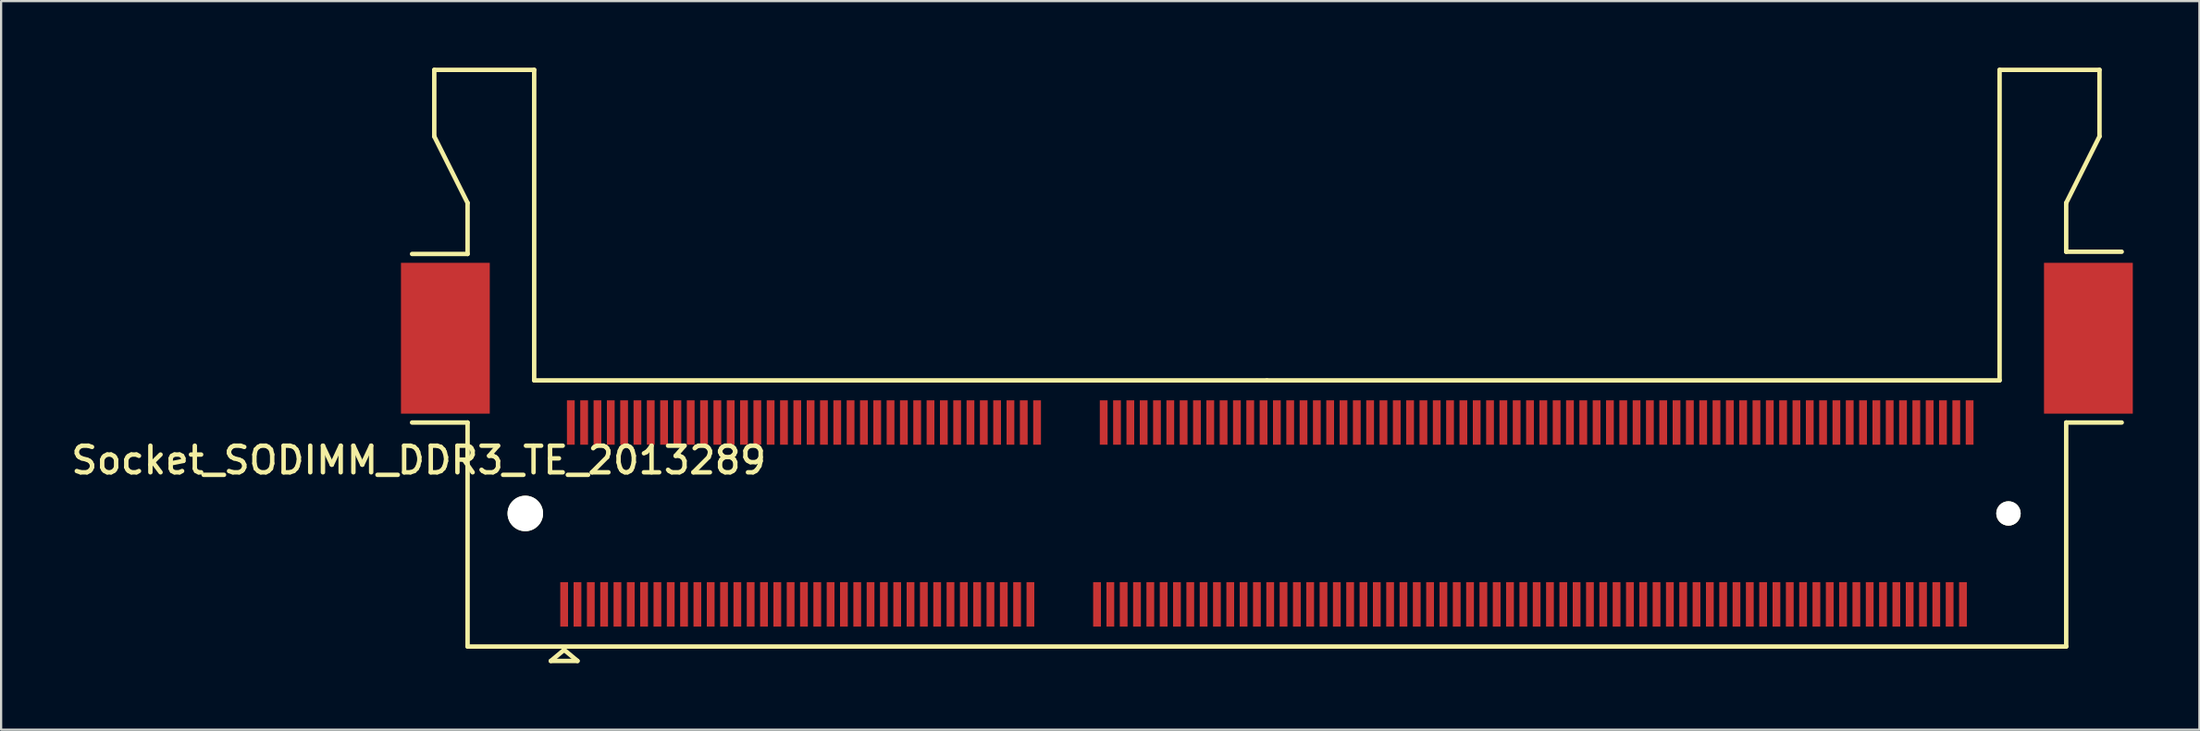
<source format=kicad_pcb>
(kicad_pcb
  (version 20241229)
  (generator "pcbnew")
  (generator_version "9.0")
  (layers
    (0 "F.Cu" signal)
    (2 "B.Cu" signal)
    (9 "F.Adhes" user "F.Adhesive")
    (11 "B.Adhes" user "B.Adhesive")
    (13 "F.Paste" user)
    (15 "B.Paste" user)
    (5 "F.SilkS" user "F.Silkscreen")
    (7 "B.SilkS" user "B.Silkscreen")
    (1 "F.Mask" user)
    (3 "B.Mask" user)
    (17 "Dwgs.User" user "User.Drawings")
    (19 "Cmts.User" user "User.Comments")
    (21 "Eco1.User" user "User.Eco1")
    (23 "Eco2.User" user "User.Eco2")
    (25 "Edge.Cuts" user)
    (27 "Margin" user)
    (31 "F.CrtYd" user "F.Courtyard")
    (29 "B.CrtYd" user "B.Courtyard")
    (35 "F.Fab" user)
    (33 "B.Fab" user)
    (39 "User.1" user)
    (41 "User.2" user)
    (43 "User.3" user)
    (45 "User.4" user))
  (footprint "Socket_SODIMM_DDR3_TE_2013289"
    (layer "F.Cu")
    (at 54.009 20.1)
    (property "Reference" "Socket_SODIMM_DDR3_TE_2013289" (at -38.2 -2.4 0) (layer "F.SilkS") (effects (font (size 1.2 1.2) (thickness 0.2))))
    (attr smd)
    (fp_line (start -37.5 -20) (end -37.5 -17) (stroke (width 0.2) (type solid)) (layer "F.SilkS"))
    (fp_line (start -37.5 -17) (end -36 -14) (stroke (width 0.2) (type solid)) (layer "F.SilkS"))
    (fp_line (start -36 -14) (end -36 -11.7) (stroke (width 0.2) (type solid)) (layer "F.SilkS"))
    (fp_line (start -36 -11.7) (end -38.5 -11.7) (stroke (width 0.2) (type solid)) (layer "F.SilkS"))
    (fp_line (start -36 -4.1) (end -38.5 -4.1) (stroke (width 0.2) (type solid)) (layer "F.SilkS"))
    (fp_line (start -36 -4.1) (end -36 6) (stroke (width 0.2) (type solid)) (layer "F.SilkS"))
    (fp_line (start -36 6) (end 36 6) (stroke (width 0.2) (type solid)) (layer "F.SilkS"))
    (fp_line (start -33 -20) (end -37.5 -20) (stroke (width 0.2) (type solid)) (layer "F.SilkS"))
    (fp_line (start -33 -6) (end -33 -20) (stroke (width 0.2) (type solid)) (layer "F.SilkS"))
    (fp_line (start -32.25 6.65) (end -31.65 6.15) (stroke (width 0.2) (type solid)) (layer "F.SilkS"))
    (fp_line (start -31.65 6.15) (end -31.05 6.65) (stroke (width 0.2) (type solid)) (layer "F.SilkS"))
    (fp_line (start -31.05 6.65) (end -32.25 6.65) (stroke (width 0.2) (type solid)) (layer "F.SilkS"))
    (fp_line (start 0 -6) (end -33 -6) (stroke (width 0.2) (type solid)) (layer "F.SilkS"))
    (fp_line (start 33 -20) (end 33 -6) (stroke (width 0.2) (type solid)) (layer "F.SilkS"))
    (fp_line (start 33 -6) (end 0 -6) (stroke (width 0.2) (type solid)) (layer "F.SilkS"))
    (fp_line (start 36 -14) (end 36 -11.8) (stroke (width 0.2) (type solid)) (layer "F.SilkS"))
    (fp_line (start 36 -14) (end 37.5 -17) (stroke (width 0.2) (type solid)) (layer "F.SilkS"))
    (fp_line (start 36 -11.8) (end 38.5 -11.8) (stroke (width 0.2) (type solid)) (layer "F.SilkS"))
    (fp_line (start 36 -4.1) (end 38.5 -4.1) (stroke (width 0.2) (type solid)) (layer "F.SilkS"))
    (fp_line (start 36 6) (end 36 -4.1) (stroke (width 0.2) (type solid)) (layer "F.SilkS"))
    (fp_line (start 37.5 -20) (end 33 -20) (stroke (width 0.2) (type solid)) (layer "F.SilkS"))
    (fp_line (start 37.5 -17) (end 37.5 -20) (stroke (width 0.2) (type solid)) (layer "F.SilkS"))
    (pad "" smd rect (at -37 -7.9) (size 4 6.8) (layers "F.Cu" "F.Mask" "F.Paste"))
    (pad "" np_thru_hole circle (at -33.4 0) (size 1.6 1.6) (drill 1.6) (layers "*.Cu" "*.Mask" "F.SilkS"))
    (pad "" np_thru_hole circle (at 33.4 0) (size 1.1 1.1) (drill 1.1) (layers "*.Cu" "*.Mask" "F.SilkS"))
    (pad "" smd rect (at 37 -7.9) (size 4 6.8) (layers "F.Cu" "F.Mask" "F.Paste"))
    (pad "1" smd rect (at -31.65 4.1) (size 0.35 2) (layers "F.Cu" "F.Mask" "F.Paste"))
    (pad "2" smd rect (at -31.35 -4.1) (size 0.35 2) (layers "F.Cu" "F.Mask" "F.Paste"))
    (pad "3" smd rect (at -31.05 4.1) (size 0.35 2) (layers "F.Cu" "F.Mask" "F.Paste"))
    (pad "4" smd rect (at -30.75 -4.1) (size 0.35 2) (layers "F.Cu" "F.Mask" "F.Paste"))
    (pad "5" smd rect (at -30.45 4.1) (size 0.35 2) (layers "F.Cu" "F.Mask" "F.Paste"))
    (pad "6" smd rect (at -30.15 -4.1) (size 0.35 2) (layers "F.Cu" "F.Mask" "F.Paste"))
    (pad "7" smd rect (at -29.85 4.1) (size 0.35 2) (layers "F.Cu" "F.Mask" "F.Paste"))
    (pad "8" smd rect (at -29.55 -4.1) (size 0.35 2) (layers "F.Cu" "F.Mask" "F.Paste"))
    (pad "9" smd rect (at -29.25 4.1) (size 0.35 2) (layers "F.Cu" "F.Mask" "F.Paste"))
    (pad "10" smd rect (at -28.95 -4.1) (size 0.35 2) (layers "F.Cu" "F.Mask" "F.Paste"))
    (pad "11" smd rect (at -28.65 4.1) (size 0.35 2) (layers "F.Cu" "F.Mask" "F.Paste"))
    (pad "12" smd rect (at -28.35 -4.1) (size 0.35 2) (layers "F.Cu" "F.Mask" "F.Paste"))
    (pad "13" smd rect (at -28.05 4.1) (size 0.35 2) (layers "F.Cu" "F.Mask" "F.Paste"))
    (pad "14" smd rect (at -27.75 -4.1) (size 0.35 2) (layers "F.Cu" "F.Mask" "F.Paste"))
    (pad "15" smd rect (at -27.45 4.1) (size 0.35 2) (layers "F.Cu" "F.Mask" "F.Paste"))
    (pad "16" smd rect (at -27.15 -4.1) (size 0.35 2) (layers "F.Cu" "F.Mask" "F.Paste"))
    (pad "17" smd rect (at -26.85 4.1) (size 0.35 2) (layers "F.Cu" "F.Mask" "F.Paste"))
    (pad "18" smd rect (at -26.55 -4.1) (size 0.35 2) (layers "F.Cu" "F.Mask" "F.Paste"))
    (pad "19" smd rect (at -26.25 4.1) (size 0.35 2) (layers "F.Cu" "F.Mask" "F.Paste"))
    (pad "20" smd rect (at -25.95 -4.1) (size 0.35 2) (layers "F.Cu" "F.Mask" "F.Paste"))
    (pad "21" smd rect (at -25.65 4.1) (size 0.35 2) (layers "F.Cu" "F.Mask" "F.Paste"))
    (pad "22" smd rect (at -25.35 -4.1) (size 0.35 2) (layers "F.Cu" "F.Mask" "F.Paste"))
    (pad "23" smd rect (at -25.05 4.1) (size 0.35 2) (layers "F.Cu" "F.Mask" "F.Paste"))
    (pad "24" smd rect (at -24.75 -4.1) (size 0.35 2) (layers "F.Cu" "F.Mask" "F.Paste"))
    (pad "25" smd rect (at -24.45 4.1) (size 0.35 2) (layers "F.Cu" "F.Mask" "F.Paste"))
    (pad "26" smd rect (at -24.15 -4.1) (size 0.35 2) (layers "F.Cu" "F.Mask" "F.Paste"))
    (pad "27" smd rect (at -23.85 4.1) (size 0.35 2) (layers "F.Cu" "F.Mask" "F.Paste"))
    (pad "28" smd rect (at -23.55 -4.1) (size 0.35 2) (layers "F.Cu" "F.Mask" "F.Paste"))
    (pad "29" smd rect (at -23.25 4.1) (size 0.35 2) (layers "F.Cu" "F.Mask" "F.Paste"))
    (pad "30" smd rect (at -22.95 -4.1) (size 0.35 2) (layers "F.Cu" "F.Mask" "F.Paste"))
    (pad "31" smd rect (at -22.65 4.1) (size 0.35 2) (layers "F.Cu" "F.Mask" "F.Paste"))
    (pad "32" smd rect (at -22.35 -4.1) (size 0.35 2) (layers "F.Cu" "F.Mask" "F.Paste"))
    (pad "33" smd rect (at -22.05 4.1) (size 0.35 2) (layers "F.Cu" "F.Mask" "F.Paste"))
    (pad "34" smd rect (at -21.75 -4.1) (size 0.35 2) (layers "F.Cu" "F.Mask" "F.Paste"))
    (pad "35" smd rect (at -21.45 4.1) (size 0.35 2) (layers "F.Cu" "F.Mask" "F.Paste"))
    (pad "36" smd rect (at -21.15 -4.1) (size 0.35 2) (layers "F.Cu" "F.Mask" "F.Paste"))
    (pad "37" smd rect (at -20.85 4.1) (size 0.35 2) (layers "F.Cu" "F.Mask" "F.Paste"))
    (pad "38" smd rect (at -20.55 -4.1) (size 0.35 2) (layers "F.Cu" "F.Mask" "F.Paste"))
    (pad "39" smd rect (at -20.25 4.1) (size 0.35 2) (layers "F.Cu" "F.Mask" "F.Paste"))
    (pad "40" smd rect (at -19.95 -4.1) (size 0.35 2) (layers "F.Cu" "F.Mask" "F.Paste"))
    (pad "41" smd rect (at -19.65 4.1) (size 0.35 2) (layers "F.Cu" "F.Mask" "F.Paste"))
    (pad "42" smd rect (at -19.35 -4.1) (size 0.35 2) (layers "F.Cu" "F.Mask" "F.Paste"))
    (pad "43" smd rect (at -19.05 4.1) (size 0.35 2) (layers "F.Cu" "F.Mask" "F.Paste"))
    (pad "44" smd rect (at -18.75 -4.1) (size 0.35 2) (layers "F.Cu" "F.Mask" "F.Paste"))
    (pad "45" smd rect (at -18.45 4.1) (size 0.35 2) (layers "F.Cu" "F.Mask" "F.Paste"))
    (pad "46" smd rect (at -18.15 -4.1) (size 0.35 2) (layers "F.Cu" "F.Mask" "F.Paste"))
    (pad "47" smd rect (at -17.85 4.1) (size 0.35 2) (layers "F.Cu" "F.Mask" "F.Paste"))
    (pad "48" smd rect (at -17.55 -4.1) (size 0.35 2) (layers "F.Cu" "F.Mask" "F.Paste"))
    (pad "49" smd rect (at -17.25 4.1) (size 0.35 2) (layers "F.Cu" "F.Mask" "F.Paste"))
    (pad "50" smd rect (at -16.95 -4.1) (size 0.35 2) (layers "F.Cu" "F.Mask" "F.Paste"))
    (pad "51" smd rect (at -16.65 4.1) (size 0.35 2) (layers "F.Cu" "F.Mask" "F.Paste"))
    (pad "52" smd rect (at -16.35 -4.1) (size 0.35 2) (layers "F.Cu" "F.Mask" "F.Paste"))
    (pad "53" smd rect (at -16.05 4.1) (size 0.35 2) (layers "F.Cu" "F.Mask" "F.Paste"))
    (pad "54" smd rect (at -15.75 -4.1) (size 0.35 2) (layers "F.Cu" "F.Mask" "F.Paste"))
    (pad "55" smd rect (at -15.45 4.1) (size 0.35 2) (layers "F.Cu" "F.Mask" "F.Paste"))
    (pad "56" smd rect (at -15.15 -4.1) (size 0.35 2) (layers "F.Cu" "F.Mask" "F.Paste"))
    (pad "57" smd rect (at -14.85 4.1) (size 0.35 2) (layers "F.Cu" "F.Mask" "F.Paste"))
    (pad "58" smd rect (at -14.55 -4.1) (size 0.35 2) (layers "F.Cu" "F.Mask" "F.Paste"))
    (pad "59" smd rect (at -14.25 4.1) (size 0.35 2) (layers "F.Cu" "F.Mask" "F.Paste"))
    (pad "60" smd rect (at -13.95 -4.1) (size 0.35 2) (layers "F.Cu" "F.Mask" "F.Paste"))
    (pad "61" smd rect (at -13.65 4.1) (size 0.35 2) (layers "F.Cu" "F.Mask" "F.Paste"))
    (pad "62" smd rect (at -13.35 -4.1) (size 0.35 2) (layers "F.Cu" "F.Mask" "F.Paste"))
    (pad "63" smd rect (at -13.05 4.1) (size 0.35 2) (layers "F.Cu" "F.Mask" "F.Paste"))
    (pad "64" smd rect (at -12.75 -4.1) (size 0.35 2) (layers "F.Cu" "F.Mask" "F.Paste"))
    (pad "65" smd rect (at -12.45 4.1) (size 0.35 2) (layers "F.Cu" "F.Mask" "F.Paste"))
    (pad "66" smd rect (at -12.15 -4.1) (size 0.35 2) (layers "F.Cu" "F.Mask" "F.Paste"))
    (pad "67" smd rect (at -11.85 4.1) (size 0.35 2) (layers "F.Cu" "F.Mask" "F.Paste"))
    (pad "68" smd rect (at -11.55 -4.1) (size 0.35 2) (layers "F.Cu" "F.Mask" "F.Paste"))
    (pad "69" smd rect (at -11.25 4.1) (size 0.35 2) (layers "F.Cu" "F.Mask" "F.Paste"))
    (pad "70" smd rect (at -10.95 -4.1) (size 0.35 2) (layers "F.Cu" "F.Mask" "F.Paste"))
    (pad "71" smd rect (at -10.65 4.1) (size 0.35 2) (layers "F.Cu" "F.Mask" "F.Paste"))
    (pad "72" smd rect (at -10.35 -4.1) (size 0.35 2) (layers "F.Cu" "F.Mask" "F.Paste"))
    (pad "73" smd rect (at -7.65 4.1) (size 0.35 2) (layers "F.Cu" "F.Mask" "F.Paste"))
    (pad "74" smd rect (at -7.35 -4.1) (size 0.35 2) (layers "F.Cu" "F.Mask" "F.Paste"))
    (pad "75" smd rect (at -7.05 4.1) (size 0.35 2) (layers "F.Cu" "F.Mask" "F.Paste"))
    (pad "76" smd rect (at -6.75 -4.1) (size 0.35 2) (layers "F.Cu" "F.Mask" "F.Paste"))
    (pad "77" smd rect (at -6.45 4.1) (size 0.35 2) (layers "F.Cu" "F.Mask" "F.Paste"))
    (pad "78" smd rect (at -6.15 -4.1) (size 0.35 2) (layers "F.Cu" "F.Mask" "F.Paste"))
    (pad "79" smd rect (at -5.85 4.1) (size 0.35 2) (layers "F.Cu" "F.Mask" "F.Paste"))
    (pad "80" smd rect (at -5.55 -4.1) (size 0.35 2) (layers "F.Cu" "F.Mask" "F.Paste"))
    (pad "81" smd rect (at -5.25 4.1) (size 0.35 2) (layers "F.Cu" "F.Mask" "F.Paste"))
    (pad "82" smd rect (at -4.95 -4.1) (size 0.35 2) (layers "F.Cu" "F.Mask" "F.Paste"))
    (pad "83" smd rect (at -4.65 4.1) (size 0.35 2) (layers "F.Cu" "F.Mask" "F.Paste"))
    (pad "84" smd rect (at -4.35 -4.1) (size 0.35 2) (layers "F.Cu" "F.Mask" "F.Paste"))
    (pad "85" smd rect (at -4.05 4.1) (size 0.35 2) (layers "F.Cu" "F.Mask" "F.Paste"))
    (pad "86" smd rect (at -3.75 -4.1) (size 0.35 2) (layers "F.Cu" "F.Mask" "F.Paste"))
    (pad "87" smd rect (at -3.45 4.1) (size 0.35 2) (layers "F.Cu" "F.Mask" "F.Paste"))
    (pad "88" smd rect (at -3.15 -4.1) (size 0.35 2) (layers "F.Cu" "F.Mask" "F.Paste"))
    (pad "89" smd rect (at -2.85 4.1) (size 0.35 2) (layers "F.Cu" "F.Mask" "F.Paste"))
    (pad "90" smd rect (at -2.55 -4.1) (size 0.35 2) (layers "F.Cu" "F.Mask" "F.Paste"))
    (pad "91" smd rect (at -2.25 4.1) (size 0.35 2) (layers "F.Cu" "F.Mask" "F.Paste"))
    (pad "92" smd rect (at -1.95 -4.1) (size 0.35 2) (layers "F.Cu" "F.Mask" "F.Paste"))
    (pad "93" smd rect (at -1.65 4.1) (size 0.35 2) (layers "F.Cu" "F.Mask" "F.Paste"))
    (pad "94" smd rect (at -1.35 -4.1) (size 0.35 2) (layers "F.Cu" "F.Mask" "F.Paste"))
    (pad "95" smd rect (at -1.05 4.1) (size 0.35 2) (layers "F.Cu" "F.Mask" "F.Paste"))
    (pad "96" smd rect (at -0.75 -4.1) (size 0.35 2) (layers "F.Cu" "F.Mask" "F.Paste"))
    (pad "97" smd rect (at -0.45 4.1) (size 0.35 2) (layers "F.Cu" "F.Mask" "F.Paste"))
    (pad "98" smd rect (at -0.15 -4.1) (size 0.35 2) (layers "F.Cu" "F.Mask" "F.Paste"))
    (pad "99" smd rect (at 0.15 4.1) (size 0.35 2) (layers "F.Cu" "F.Mask" "F.Paste"))
    (pad "100" smd rect (at 0.45 -4.1) (size 0.35 2) (layers "F.Cu" "F.Mask" "F.Paste"))
    (pad "101" smd rect (at 0.75 4.1) (size 0.35 2) (layers "F.Cu" "F.Mask" "F.Paste"))
    (pad "102" smd rect (at 1.05 -4.1) (size 0.35 2) (layers "F.Cu" "F.Mask" "F.Paste"))
    (pad "103" smd rect (at 1.35 4.1) (size 0.35 2) (layers "F.Cu" "F.Mask" "F.Paste"))
    (pad "104" smd rect (at 1.65 -4.1) (size 0.35 2) (layers "F.Cu" "F.Mask" "F.Paste"))
    (pad "105" smd rect (at 1.95 4.1) (size 0.35 2) (layers "F.Cu" "F.Mask" "F.Paste"))
    (pad "106" smd rect (at 2.25 -4.1) (size 0.35 2) (layers "F.Cu" "F.Mask" "F.Paste"))
    (pad "107" smd rect (at 2.55 4.1) (size 0.35 2) (layers "F.Cu" "F.Mask" "F.Paste"))
    (pad "108" smd rect (at 2.85 -4.1) (size 0.35 2) (layers "F.Cu" "F.Mask" "F.Paste"))
    (pad "109" smd rect (at 3.15 4.1) (size 0.35 2) (layers "F.Cu" "F.Mask" "F.Paste"))
    (pad "110" smd rect (at 3.45 -4.1) (size 0.35 2) (layers "F.Cu" "F.Mask" "F.Paste"))
    (pad "111" smd rect (at 3.75 4.1) (size 0.35 2) (layers "F.Cu" "F.Mask" "F.Paste"))
    (pad "112" smd rect (at 4.05 -4.1) (size 0.35 2) (layers "F.Cu" "F.Mask" "F.Paste"))
    (pad "113" smd rect (at 4.35 4.1) (size 0.35 2) (layers "F.Cu" "F.Mask" "F.Paste"))
    (pad "114" smd rect (at 4.65 -4.1) (size 0.35 2) (layers "F.Cu" "F.Mask" "F.Paste"))
    (pad "115" smd rect (at 4.95 4.1) (size 0.35 2) (layers "F.Cu" "F.Mask" "F.Paste"))
    (pad "116" smd rect (at 5.25 -4.1) (size 0.35 2) (layers "F.Cu" "F.Mask" "F.Paste"))
    (pad "117" smd rect (at 5.55 4.1) (size 0.35 2) (layers "F.Cu" "F.Mask" "F.Paste"))
    (pad "118" smd rect (at 5.85 -4.1) (size 0.35 2) (layers "F.Cu" "F.Mask" "F.Paste"))
    (pad "119" smd rect (at 6.15 4.1) (size 0.35 2) (layers "F.Cu" "F.Mask" "F.Paste"))
    (pad "120" smd rect (at 6.45 -4.1) (size 0.35 2) (layers "F.Cu" "F.Mask" "F.Paste"))
    (pad "121" smd rect (at 6.75 4.1) (size 0.35 2) (layers "F.Cu" "F.Mask" "F.Paste"))
    (pad "122" smd rect (at 7.05 -4.1) (size 0.35 2) (layers "F.Cu" "F.Mask" "F.Paste"))
    (pad "123" smd rect (at 7.35 4.1) (size 0.35 2) (layers "F.Cu" "F.Mask" "F.Paste"))
    (pad "124" smd rect (at 7.65 -4.1) (size 0.35 2) (layers "F.Cu" "F.Mask" "F.Paste"))
    (pad "125" smd rect (at 7.95 4.1) (size 0.35 2) (layers "F.Cu" "F.Mask" "F.Paste"))
    (pad "126" smd rect (at 8.25 -4.1) (size 0.35 2) (layers "F.Cu" "F.Mask" "F.Paste"))
    (pad "127" smd rect (at 8.55 4.1) (size 0.35 2) (layers "F.Cu" "F.Mask" "F.Paste"))
    (pad "128" smd rect (at 8.85 -4.1) (size 0.35 2) (layers "F.Cu" "F.Mask" "F.Paste"))
    (pad "129" smd rect (at 9.15 4.1) (size 0.35 2) (layers "F.Cu" "F.Mask" "F.Paste"))
    (pad "130" smd rect (at 9.45 -4.1) (size 0.35 2) (layers "F.Cu" "F.Mask" "F.Paste"))
    (pad "131" smd rect (at 9.75 4.1) (size 0.35 2) (layers "F.Cu" "F.Mask" "F.Paste"))
    (pad "132" smd rect (at 10.05 -4.1) (size 0.35 2) (layers "F.Cu" "F.Mask" "F.Paste"))
    (pad "133" smd rect (at 10.35 4.1) (size 0.35 2) (layers "F.Cu" "F.Mask" "F.Paste"))
    (pad "134" smd rect (at 10.65 -4.1) (size 0.35 2) (layers "F.Cu" "F.Mask" "F.Paste"))
    (pad "135" smd rect (at 10.95 4.1) (size 0.35 2) (layers "F.Cu" "F.Mask" "F.Paste"))
    (pad "136" smd rect (at 11.25 -4.1) (size 0.35 2) (layers "F.Cu" "F.Mask" "F.Paste"))
    (pad "137" smd rect (at 11.55 4.1) (size 0.35 2) (layers "F.Cu" "F.Mask" "F.Paste"))
    (pad "138" smd rect (at 11.85 -4.1) (size 0.35 2) (layers "F.Cu" "F.Mask" "F.Paste"))
    (pad "139" smd rect (at 12.15 4.1) (size 0.35 2) (layers "F.Cu" "F.Mask" "F.Paste"))
    (pad "140" smd rect (at 12.45 -4.1) (size 0.35 2) (layers "F.Cu" "F.Mask" "F.Paste"))
    (pad "141" smd rect (at 12.75 4.1) (size 0.35 2) (layers "F.Cu" "F.Mask" "F.Paste"))
    (pad "142" smd rect (at 13.05 -4.1) (size 0.35 2) (layers "F.Cu" "F.Mask" "F.Paste"))
    (pad "143" smd rect (at 13.35 4.1) (size 0.35 2) (layers "F.Cu" "F.Mask" "F.Paste"))
    (pad "144" smd rect (at 13.65 -4.1) (size 0.35 2) (layers "F.Cu" "F.Mask" "F.Paste"))
    (pad "145" smd rect (at 13.95 4.1) (size 0.35 2) (layers "F.Cu" "F.Mask" "F.Paste"))
    (pad "146" smd rect (at 14.25 -4.1) (size 0.35 2) (layers "F.Cu" "F.Mask" "F.Paste"))
    (pad "147" smd rect (at 14.55 4.1) (size 0.35 2) (layers "F.Cu" "F.Mask" "F.Paste"))
    (pad "148" smd rect (at 14.85 -4.1) (size 0.35 2) (layers "F.Cu" "F.Mask" "F.Paste"))
    (pad "149" smd rect (at 15.15 4.1) (size 0.35 2) (layers "F.Cu" "F.Mask" "F.Paste"))
    (pad "150" smd rect (at 15.45 -4.1) (size 0.35 2) (layers "F.Cu" "F.Mask" "F.Paste"))
    (pad "151" smd rect (at 15.75 4.1) (size 0.35 2) (layers "F.Cu" "F.Mask" "F.Paste"))
    (pad "152" smd rect (at 16.05 -4.1) (size 0.35 2) (layers "F.Cu" "F.Mask" "F.Paste"))
    (pad "153" smd rect (at 16.35 4.1) (size 0.35 2) (layers "F.Cu" "F.Mask" "F.Paste"))
    (pad "154" smd rect (at 16.65 -4.1) (size 0.35 2) (layers "F.Cu" "F.Mask" "F.Paste"))
    (pad "155" smd rect (at 16.95 4.1) (size 0.35 2) (layers "F.Cu" "F.Mask" "F.Paste"))
    (pad "156" smd rect (at 17.25 -4.1) (size 0.35 2) (layers "F.Cu" "F.Mask" "F.Paste"))
    (pad "157" smd rect (at 17.55 4.1) (size 0.35 2) (layers "F.Cu" "F.Mask" "F.Paste"))
    (pad "158" smd rect (at 17.85 -4.1) (size 0.35 2) (layers "F.Cu" "F.Mask" "F.Paste"))
    (pad "159" smd rect (at 18.15 4.1) (size 0.35 2) (layers "F.Cu" "F.Mask" "F.Paste"))
    (pad "160" smd rect (at 18.45 -4.1) (size 0.35 2) (layers "F.Cu" "F.Mask" "F.Paste"))
    (pad "161" smd rect (at 18.75 4.1) (size 0.35 2) (layers "F.Cu" "F.Mask" "F.Paste"))
    (pad "162" smd rect (at 19.05 -4.1) (size 0.35 2) (layers "F.Cu" "F.Mask" "F.Paste"))
    (pad "163" smd rect (at 19.35 4.1) (size 0.35 2) (layers "F.Cu" "F.Mask" "F.Paste"))
    (pad "164" smd rect (at 19.65 -4.1) (size 0.35 2) (layers "F.Cu" "F.Mask" "F.Paste"))
    (pad "165" smd rect (at 19.95 4.1) (size 0.35 2) (layers "F.Cu" "F.Mask" "F.Paste"))
    (pad "166" smd rect (at 20.25 -4.1) (size 0.35 2) (layers "F.Cu" "F.Mask" "F.Paste"))
    (pad "167" smd rect (at 20.55 4.1) (size 0.35 2) (layers "F.Cu" "F.Mask" "F.Paste"))
    (pad "168" smd rect (at 20.85 -4.1) (size 0.35 2) (layers "F.Cu" "F.Mask" "F.Paste"))
    (pad "169" smd rect (at 21.15 4.1) (size 0.35 2) (layers "F.Cu" "F.Mask" "F.Paste"))
    (pad "170" smd rect (at 21.45 -4.1) (size 0.35 2) (layers "F.Cu" "F.Mask" "F.Paste"))
    (pad "171" smd rect (at 21.75 4.1) (size 0.35 2) (layers "F.Cu" "F.Mask" "F.Paste"))
    (pad "172" smd rect (at 22.05 -4.1) (size 0.35 2) (layers "F.Cu" "F.Mask" "F.Paste"))
    (pad "173" smd rect (at 22.35 4.1) (size 0.35 2) (layers "F.Cu" "F.Mask" "F.Paste"))
    (pad "174" smd rect (at 22.65 -4.1) (size 0.35 2) (layers "F.Cu" "F.Mask" "F.Paste"))
    (pad "175" smd rect (at 22.95 4.1) (size 0.35 2) (layers "F.Cu" "F.Mask" "F.Paste"))
    (pad "176" smd rect (at 23.25 -4.1) (size 0.35 2) (layers "F.Cu" "F.Mask" "F.Paste"))
    (pad "177" smd rect (at 23.55 4.1) (size 0.35 2) (layers "F.Cu" "F.Mask" "F.Paste"))
    (pad "178" smd rect (at 23.85 -4.1) (size 0.35 2) (layers "F.Cu" "F.Mask" "F.Paste"))
    (pad "179" smd rect (at 24.15 4.1) (size 0.35 2) (layers "F.Cu" "F.Mask" "F.Paste"))
    (pad "180" smd rect (at 24.45 -4.1) (size 0.35 2) (layers "F.Cu" "F.Mask" "F.Paste"))
    (pad "181" smd rect (at 24.75 4.1) (size 0.35 2) (layers "F.Cu" "F.Mask" "F.Paste"))
    (pad "182" smd rect (at 25.05 -4.1) (size 0.35 2) (layers "F.Cu" "F.Mask" "F.Paste"))
    (pad "183" smd rect (at 25.35 4.1) (size 0.35 2) (layers "F.Cu" "F.Mask" "F.Paste"))
    (pad "184" smd rect (at 25.65 -4.1) (size 0.35 2) (layers "F.Cu" "F.Mask" "F.Paste"))
    (pad "185" smd rect (at 25.95 4.1) (size 0.35 2) (layers "F.Cu" "F.Mask" "F.Paste"))
    (pad "186" smd rect (at 26.25 -4.1) (size 0.35 2) (layers "F.Cu" "F.Mask" "F.Paste"))
    (pad "187" smd rect (at 26.55 4.1) (size 0.35 2) (layers "F.Cu" "F.Mask" "F.Paste"))
    (pad "188" smd rect (at 26.85 -4.1) (size 0.35 2) (layers "F.Cu" "F.Mask" "F.Paste"))
    (pad "189" smd rect (at 27.15 4.1) (size 0.35 2) (layers "F.Cu" "F.Mask" "F.Paste"))
    (pad "190" smd rect (at 27.45 -4.1) (size 0.35 2) (layers "F.Cu" "F.Mask" "F.Paste"))
    (pad "191" smd rect (at 27.75 4.1) (size 0.35 2) (layers "F.Cu" "F.Mask" "F.Paste"))
    (pad "192" smd rect (at 28.05 -4.1) (size 0.35 2) (layers "F.Cu" "F.Mask" "F.Paste"))
    (pad "193" smd rect (at 28.35 4.1) (size 0.35 2) (layers "F.Cu" "F.Mask" "F.Paste"))
    (pad "194" smd rect (at 28.65 -4.1) (size 0.35 2) (layers "F.Cu" "F.Mask" "F.Paste"))
    (pad "195" smd rect (at 28.95 4.1) (size 0.35 2) (layers "F.Cu" "F.Mask" "F.Paste"))
    (pad "196" smd rect (at 29.25 -4.1) (size 0.35 2) (layers "F.Cu" "F.Mask" "F.Paste"))
    (pad "197" smd rect (at 29.55 4.1) (size 0.35 2) (layers "F.Cu" "F.Mask" "F.Paste"))
    (pad "198" smd rect (at 29.85 -4.1) (size 0.35 2) (layers "F.Cu" "F.Mask" "F.Paste"))
    (pad "199" smd rect (at 30.15 4.1) (size 0.35 2) (layers "F.Cu" "F.Mask" "F.Paste"))
    (pad "200" smd rect (at 30.45 -4.1) (size 0.35 2) (layers "F.Cu" "F.Mask" "F.Paste"))
    (pad "201" smd rect (at 30.75 4.1) (size 0.35 2) (layers "F.Cu" "F.Mask" "F.Paste"))
    (pad "202" smd rect (at 31.05 -4.1) (size 0.35 2) (layers "F.Cu" "F.Mask" "F.Paste"))
    (pad "203" smd rect (at 31.35 4.1) (size 0.35 2) (layers "F.Cu" "F.Mask" "F.Paste"))
    (pad "204" smd rect (at 31.65 -4.1) (size 0.35 2) (layers "F.Cu" "F.Mask" "F.Paste")))
  (gr_rect
    (start -3 -3)
    (end 96.009 29.85)
    (stroke (width 0.1) (type default))
    (fill no)
    (layer "Edge.Cuts")))
</source>
